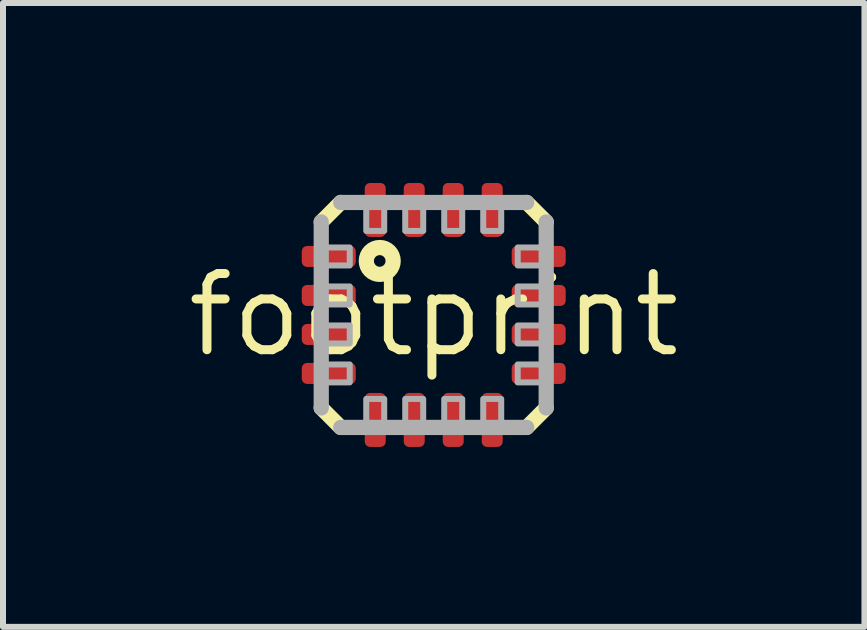
<source format=kicad_pcb>
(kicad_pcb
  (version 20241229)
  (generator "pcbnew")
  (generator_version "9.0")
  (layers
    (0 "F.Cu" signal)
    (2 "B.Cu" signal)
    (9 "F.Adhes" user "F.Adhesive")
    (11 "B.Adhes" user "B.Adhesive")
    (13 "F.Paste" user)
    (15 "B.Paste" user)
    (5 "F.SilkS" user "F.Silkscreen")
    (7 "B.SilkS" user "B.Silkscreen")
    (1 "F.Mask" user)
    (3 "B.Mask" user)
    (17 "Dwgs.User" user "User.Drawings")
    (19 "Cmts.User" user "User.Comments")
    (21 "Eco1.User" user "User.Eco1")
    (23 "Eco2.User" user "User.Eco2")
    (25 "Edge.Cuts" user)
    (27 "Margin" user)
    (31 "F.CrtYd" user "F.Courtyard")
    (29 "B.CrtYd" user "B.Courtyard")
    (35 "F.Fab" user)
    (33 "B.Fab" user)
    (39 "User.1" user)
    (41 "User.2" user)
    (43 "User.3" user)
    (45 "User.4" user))
  (footprint "footprint"
    (layer "F.Cu")
    (at 4.18 2.2)
    (property "Reference" "footprint" (at 0 0 0) (layer "F.SilkS") (effects (font (size 1.27 1.27) (thickness 0.15))))
    (fp_line (start -1.875 -1.55) (end -1.55 -1.875) (stroke (width 0.254) (type solid)) (layer "F.SilkS"))
    (fp_line (start -1.55 1.875) (end -1.875 1.55) (stroke (width 0.254) (type solid)) (layer "F.SilkS"))
    (fp_line (start 1.55 -1.875) (end 1.875 -1.55) (stroke (width 0.254) (type solid)) (layer "F.SilkS"))
    (fp_line (start 1.875 1.55) (end 1.55 1.875) (stroke (width 0.254) (type solid)) (layer "F.SilkS"))
    (fp_circle (center -0.9 -0.9) (end -0.676 -0.9) (stroke (width 0.254) (type solid)) (fill no) (layer "F.SilkS"))
    (fp_line (start -1.875 1.55) (end -1.875 -1.55) (stroke (width 0.254) (type solid)) (layer "F.Fab"))
    (fp_line (start -1.55 -1.875) (end 1.55 -1.875) (stroke (width 0.254) (type solid)) (layer "F.Fab"))
    (fp_line (start 1.55 1.875) (end -1.55 1.875) (stroke (width 0.254) (type solid)) (layer "F.Fab"))
    (fp_line (start 1.875 -1.55) (end 1.875 1.55) (stroke (width 0.254) (type solid)) (layer "F.Fab"))
    (fp_poly (pts (xy -1.85 -0.825) (xy -1.4 -0.825) (xy -1.4 -1.125) (xy -1.85 -1.125)) (stroke (width 0.1) (type solid)) (fill no) (layer "F.Fab"))
    (fp_poly (pts (xy -1.85 -0.175) (xy -1.4 -0.175) (xy -1.4 -0.475) (xy -1.85 -0.475)) (stroke (width 0.1) (type solid)) (fill no) (layer "F.Fab"))
    (fp_poly (pts (xy -1.85 0.475) (xy -1.4 0.475) (xy -1.4 0.175) (xy -1.85 0.175)) (stroke (width 0.1) (type solid)) (fill no) (layer "F.Fab"))
    (fp_poly (pts (xy -1.85 1.125) (xy -1.4 1.125) (xy -1.4 0.825) (xy -1.85 0.825)) (stroke (width 0.1) (type solid)) (fill no) (layer "F.Fab"))
    (fp_poly (pts (xy -1.125 -1.4) (xy -0.825 -1.4) (xy -0.825 -1.85) (xy -1.125 -1.85)) (stroke (width 0.1) (type solid)) (fill no) (layer "F.Fab"))
    (fp_poly (pts (xy -1.125 1.85) (xy -0.825 1.85) (xy -0.825 1.4) (xy -1.125 1.4)) (stroke (width 0.1) (type solid)) (fill no) (layer "F.Fab"))
    (fp_poly (pts (xy -0.475 -1.4) (xy -0.175 -1.4) (xy -0.175 -1.85) (xy -0.475 -1.85)) (stroke (width 0.1) (type solid)) (fill no) (layer "F.Fab"))
    (fp_poly (pts (xy -0.475 1.85) (xy -0.175 1.85) (xy -0.175 1.4) (xy -0.475 1.4)) (stroke (width 0.1) (type solid)) (fill no) (layer "F.Fab"))
    (fp_poly (pts (xy 0.175 -1.4) (xy 0.475 -1.4) (xy 0.475 -1.85) (xy 0.175 -1.85)) (stroke (width 0.1) (type solid)) (fill no) (layer "F.Fab"))
    (fp_poly (pts (xy 0.175 1.85) (xy 0.475 1.85) (xy 0.475 1.4) (xy 0.175 1.4)) (stroke (width 0.1) (type solid)) (fill no) (layer "F.Fab"))
    (fp_poly (pts (xy 0.825 -1.4) (xy 1.125 -1.4) (xy 1.125 -1.85) (xy 0.825 -1.85)) (stroke (width 0.1) (type solid)) (fill no) (layer "F.Fab"))
    (fp_poly (pts (xy 0.825 1.85) (xy 1.125 1.85) (xy 1.125 1.4) (xy 0.825 1.4)) (stroke (width 0.1) (type solid)) (fill no) (layer "F.Fab"))
    (fp_poly (pts (xy 1.4 -0.825) (xy 1.85 -0.825) (xy 1.85 -1.125) (xy 1.4 -1.125)) (stroke (width 0.1) (type solid)) (fill no) (layer "F.Fab"))
    (fp_poly (pts (xy 1.4 -0.175) (xy 1.85 -0.175) (xy 1.85 -0.475) (xy 1.4 -0.475)) (stroke (width 0.1) (type solid)) (fill no) (layer "F.Fab"))
    (fp_poly (pts (xy 1.4 0.475) (xy 1.85 0.475) (xy 1.85 0.175) (xy 1.4 0.175)) (stroke (width 0.1) (type solid)) (fill no) (layer "F.Fab"))
    (fp_poly (pts (xy 1.4 1.125) (xy 1.85 1.125) (xy 1.85 0.825) (xy 1.4 0.825)) (stroke (width 0.1) (type solid)) (fill no) (layer "F.Fab"))
    (pad "1" smd roundrect (at -1.75 -0.975) (size 0.9 0.35) (layers "F.Cu" "F.Mask" "F.Paste") (roundrect_rratio 0.25))
    (pad "2" smd roundrect (at -1.75 -0.325) (size 0.9 0.35) (layers "F.Cu" "F.Mask" "F.Paste") (roundrect_rratio 0.25))
    (pad "3" smd roundrect (at -1.75 0.325) (size 0.9 0.35) (layers "F.Cu" "F.Mask" "F.Paste") (roundrect_rratio 0.25))
    (pad "4" smd roundrect (at -1.75 0.975) (size 0.9 0.35) (layers "F.Cu" "F.Mask" "F.Paste") (roundrect_rratio 0.25))
    (pad "5" smd roundrect (at -0.975 1.75) (size 0.35 0.9) (layers "F.Cu" "F.Mask" "F.Paste") (roundrect_rratio 0.25))
    (pad "6" smd roundrect (at -0.325 1.75) (size 0.35 0.9) (layers "F.Cu" "F.Mask" "F.Paste") (roundrect_rratio 0.25))
    (pad "7" smd roundrect (at 0.325 1.75) (size 0.35 0.9) (layers "F.Cu" "F.Mask" "F.Paste") (roundrect_rratio 0.25))
    (pad "8" smd roundrect (at 0.975 1.75) (size 0.35 0.9) (layers "F.Cu" "F.Mask" "F.Paste") (roundrect_rratio 0.25))
    (pad "9" smd roundrect (at 1.75 0.975) (size 0.9 0.35) (layers "F.Cu" "F.Mask" "F.Paste") (roundrect_rratio 0.25))
    (pad "10" smd roundrect (at 1.75 0.325) (size 0.9 0.35) (layers "F.Cu" "F.Mask" "F.Paste") (roundrect_rratio 0.25))
    (pad "11" smd roundrect (at 1.75 -0.325) (size 0.9 0.35) (layers "F.Cu" "F.Mask" "F.Paste") (roundrect_rratio 0.25))
    (pad "12" smd roundrect (at 1.75 -0.975) (size 0.9 0.35) (layers "F.Cu" "F.Mask" "F.Paste") (roundrect_rratio 0.25))
    (pad "13" smd roundrect (at 0.975 -1.75) (size 0.35 0.9) (layers "F.Cu" "F.Mask" "F.Paste") (roundrect_rratio 0.25))
    (pad "14" smd roundrect (at 0.325 -1.75) (size 0.35 0.9) (layers "F.Cu" "F.Mask" "F.Paste") (roundrect_rratio 0.25))
    (pad "15" smd roundrect (at -0.325 -1.75) (size 0.35 0.9) (layers "F.Cu" "F.Mask" "F.Paste") (roundrect_rratio 0.25))
    (pad "16" smd roundrect (at -0.975 -1.75) (size 0.35 0.9) (layers "F.Cu" "F.Mask" "F.Paste") (roundrect_rratio 0.25)))
  (gr_rect
    (start -3 -3)
    (end 11.36 7.4)
    (stroke (width 0.1) (type default))
    (fill no)
    (layer "Edge.Cuts")))
</source>
